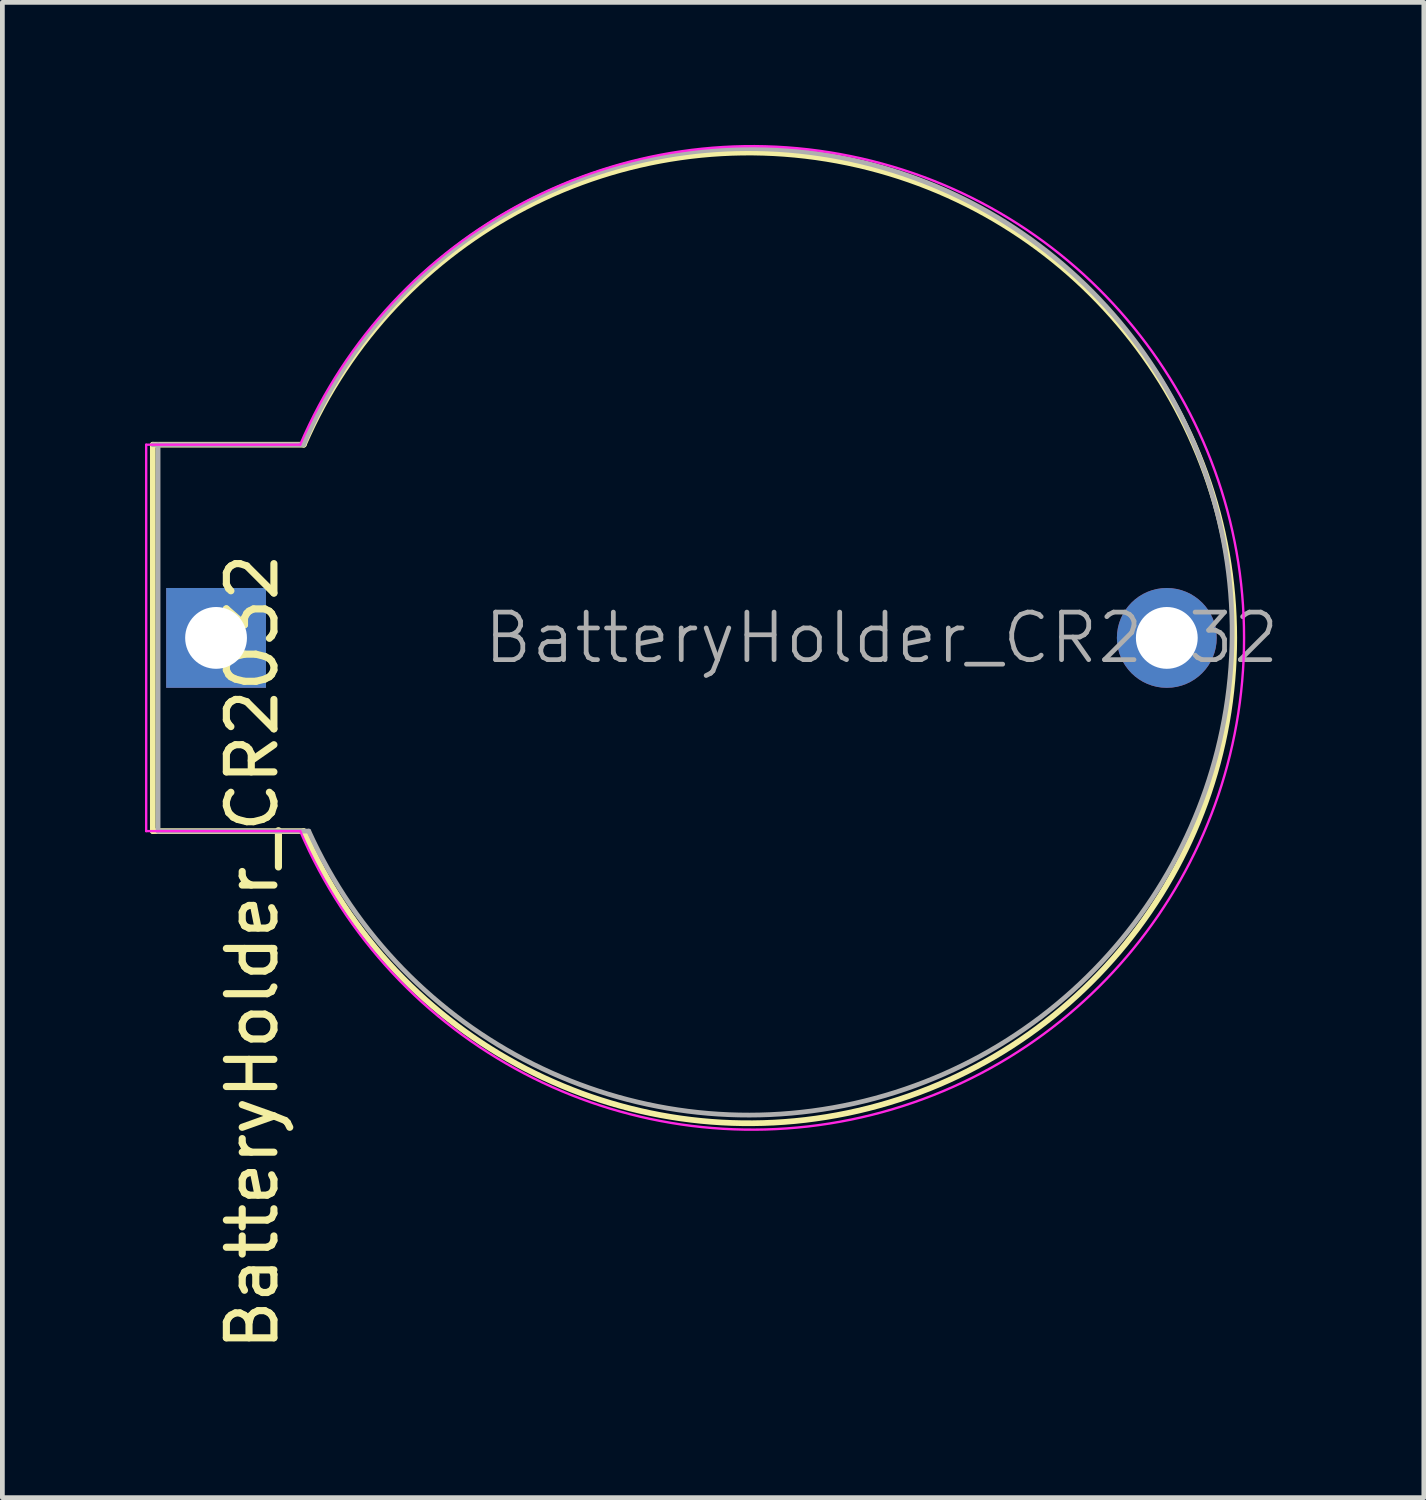
<source format=kicad_pcb>
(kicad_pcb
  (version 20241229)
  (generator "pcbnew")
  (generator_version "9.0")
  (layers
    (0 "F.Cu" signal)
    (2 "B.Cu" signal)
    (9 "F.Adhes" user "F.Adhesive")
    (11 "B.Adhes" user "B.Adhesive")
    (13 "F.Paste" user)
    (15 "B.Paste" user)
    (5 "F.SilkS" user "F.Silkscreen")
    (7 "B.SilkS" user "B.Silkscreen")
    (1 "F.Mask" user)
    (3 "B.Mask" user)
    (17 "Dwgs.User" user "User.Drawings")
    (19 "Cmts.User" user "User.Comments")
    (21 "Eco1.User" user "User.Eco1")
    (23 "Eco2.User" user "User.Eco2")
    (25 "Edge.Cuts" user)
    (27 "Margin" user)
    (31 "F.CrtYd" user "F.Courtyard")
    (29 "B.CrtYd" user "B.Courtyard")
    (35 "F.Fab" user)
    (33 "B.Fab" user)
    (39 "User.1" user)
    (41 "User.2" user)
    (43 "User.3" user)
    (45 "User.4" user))
  (footprint "BatteryHolder_CR2032"
    (layer "F.Cu")
    (at 1.495 10.369)
    (property "Reference" "BatteryHolder_CR2032" (at 0.762 6.604 270) (layer "F.SilkS") (effects (font (size 1 1) (thickness 0.15))))
    (attr through_hole)
    (fp_line (start -1.33 -4.064) (end 1.845 -4.064) (stroke (width 0.12) (type solid)) (layer "F.SilkS"))
    (fp_line (start -1.33 4.064) (end -1.33 -4.064) (stroke (width 0.12) (type solid)) (layer "F.SilkS"))
    (fp_line (start 1.845 4.064) (end -1.33 4.064) (stroke (width 0.12) (type solid)) (layer "F.SilkS"))
    (fp_arc (start 1.845 -4.064) (mid 21.418641 0) (end 1.845 4.064) (stroke (width 0.12) (type solid)) (layer "F.SilkS"))
    (fp_line (start -1.47 -4.064) (end 1.77 -4.064) (stroke (width 0.05) (type solid)) (layer "F.CrtYd"))
    (fp_line (start -1.47 4.064) (end -1.47 -4.064) (stroke (width 0.05) (type solid)) (layer "F.CrtYd"))
    (fp_line (start 1.77 4.064) (end -1.47 4.064) (stroke (width 0.05) (type solid)) (layer "F.CrtYd"))
    (fp_arc (start 1.77 -4.064) (mid 21.625207 0) (end 1.77 4.064) (stroke (width 0.05) (type solid)) (layer "F.CrtYd"))
    (fp_line (start -1.331 -4.064) (end 1.839 -4.064) (stroke (width 0.1) (type solid)) (layer "F.Fab"))
    (fp_line (start -1.22 4.064) (end -1.22 -4.064) (stroke (width 0.1) (type solid)) (layer "F.Fab"))
    (fp_line (start 1.95 4.064) (end -1.22 4.064) (stroke (width 0.1) (type solid)) (layer "F.Fab"))
    (fp_arc (start 1.839 -4.064) (mid 21.373127 -0.266019) (end 1.95 4.064) (stroke (width 0.1) (type solid)) (layer "F.Fab"))
    (fp_text user "${REFERENCE}" (at 14 0 0) (layer "F.Fab") (effects (font (size 1 1) (thickness 0.1))))
    (pad "1" thru_hole rect (at 0 0 270) (size 2.1 2.1) (drill 1.3) (layers "*.Cu" "*.Mask"))
    (pad "2" thru_hole circle (at 20 0 270) (size 2.1 2.1) (drill 1.3) (layers "*.Cu" "*.Mask")))
  (gr_rect
    (start -3 -3)
    (end 26.902 28.455)
    (stroke (width 0.1) (type default))
    (fill no)
    (layer "Edge.Cuts")))
</source>
